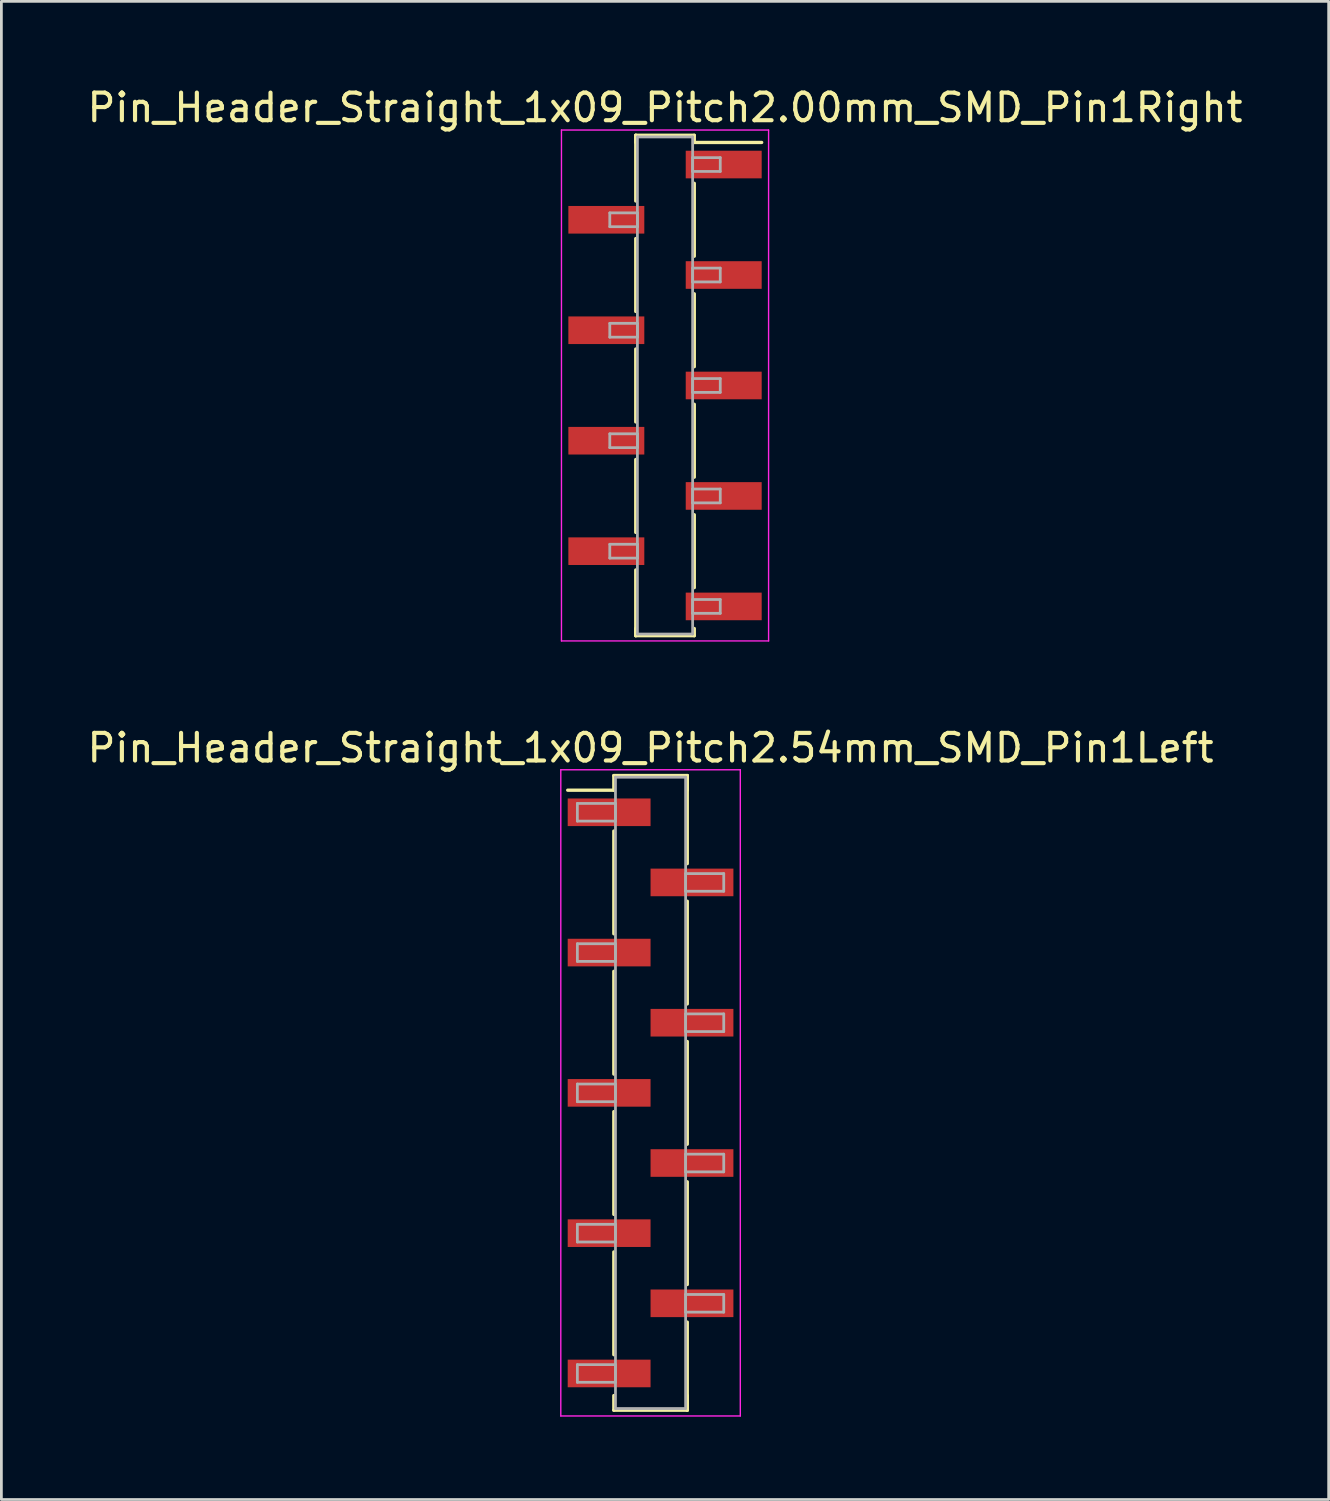
<source format=kicad_pcb>
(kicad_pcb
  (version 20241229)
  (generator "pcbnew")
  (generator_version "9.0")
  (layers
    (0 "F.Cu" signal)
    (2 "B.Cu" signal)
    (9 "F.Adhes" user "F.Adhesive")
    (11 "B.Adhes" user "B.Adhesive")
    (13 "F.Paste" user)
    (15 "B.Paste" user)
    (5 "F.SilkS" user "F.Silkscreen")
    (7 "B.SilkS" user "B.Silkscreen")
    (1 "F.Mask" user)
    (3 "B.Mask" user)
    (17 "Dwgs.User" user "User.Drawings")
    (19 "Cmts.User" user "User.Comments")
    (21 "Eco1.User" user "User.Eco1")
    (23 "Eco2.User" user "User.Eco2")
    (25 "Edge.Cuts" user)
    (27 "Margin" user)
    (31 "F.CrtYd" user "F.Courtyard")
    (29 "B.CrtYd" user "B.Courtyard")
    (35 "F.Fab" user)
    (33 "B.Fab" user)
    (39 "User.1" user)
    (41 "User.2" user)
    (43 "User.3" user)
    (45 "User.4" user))
  (footprint "Pin_Header_Straight_1x09_Pitch2.54mm_SMD_Pin1Left"
    (layer "F.Cu")
    (at 20.506 36.522)
    (property "Reference" "Pin_Header_Straight_1x09_Pitch2.54mm_SMD_Pin1Left" (at 0 -12.49 0) (layer "F.SilkS") (effects (font (size 1 1) (thickness 0.15))))
    (attr smd)
    (fp_line (start -1.33 -11.49) (end 1.33 -11.49) (stroke (width 0.12) (type solid)) (layer "F.SilkS"))
    (fp_line (start -1.33 -10.96) (end -3 -10.96) (stroke (width 0.12) (type solid)) (layer "F.SilkS"))
    (fp_line (start -1.33 -10.96) (end -1.33 -11.49) (stroke (width 0.12) (type solid)) (layer "F.SilkS"))
    (fp_line (start -1.33 -9.48) (end -1.33 -5.76) (stroke (width 0.12) (type solid)) (layer "F.SilkS"))
    (fp_line (start -1.33 -4.4) (end -1.33 -0.68) (stroke (width 0.12) (type solid)) (layer "F.SilkS"))
    (fp_line (start -1.33 0.68) (end -1.33 4.4) (stroke (width 0.12) (type solid)) (layer "F.SilkS"))
    (fp_line (start -1.33 5.76) (end -1.33 9.48) (stroke (width 0.12) (type solid)) (layer "F.SilkS"))
    (fp_line (start -1.33 10.96) (end -1.33 11.49) (stroke (width 0.12) (type solid)) (layer "F.SilkS"))
    (fp_line (start -1.33 11.49) (end 1.33 11.49) (stroke (width 0.12) (type solid)) (layer "F.SilkS"))
    (fp_line (start 1.33 -11.49) (end 1.33 -10.96) (stroke (width 0.12) (type solid)) (layer "F.SilkS"))
    (fp_line (start 1.33 -11.49) (end 1.33 -8.3) (stroke (width 0.12) (type solid)) (layer "F.SilkS"))
    (fp_line (start 1.33 -6.94) (end 1.33 -3.22) (stroke (width 0.12) (type solid)) (layer "F.SilkS"))
    (fp_line (start 1.33 -1.86) (end 1.33 1.86) (stroke (width 0.12) (type solid)) (layer "F.SilkS"))
    (fp_line (start 1.33 3.22) (end 1.33 6.94) (stroke (width 0.12) (type solid)) (layer "F.SilkS"))
    (fp_line (start 1.33 8.3) (end 1.33 11.49) (stroke (width 0.12) (type solid)) (layer "F.SilkS"))
    (fp_line (start 1.33 11.49) (end 1.33 10.96) (stroke (width 0.12) (type solid)) (layer "F.SilkS"))
    (fp_line (start -3.25 -11.7) (end -3.25 11.7) (stroke (width 0.05) (type solid)) (layer "F.CrtYd"))
    (fp_line (start -3.25 11.7) (end 3.25 11.7) (stroke (width 0.05) (type solid)) (layer "F.CrtYd"))
    (fp_line (start 3.25 -11.7) (end -3.25 -11.7) (stroke (width 0.05) (type solid)) (layer "F.CrtYd"))
    (fp_line (start 3.25 11.7) (end 3.25 -11.7) (stroke (width 0.05) (type solid)) (layer "F.CrtYd"))
    (fp_line (start -2.65 -10.48) (end -1.27 -10.48) (stroke (width 0.1) (type solid)) (layer "F.Fab"))
    (fp_line (start -2.65 -9.84) (end -2.65 -10.48) (stroke (width 0.1) (type solid)) (layer "F.Fab"))
    (fp_line (start -2.65 -5.4) (end -1.27 -5.4) (stroke (width 0.1) (type solid)) (layer "F.Fab"))
    (fp_line (start -2.65 -4.76) (end -2.65 -5.4) (stroke (width 0.1) (type solid)) (layer "F.Fab"))
    (fp_line (start -2.65 -0.32) (end -1.27 -0.32) (stroke (width 0.1) (type solid)) (layer "F.Fab"))
    (fp_line (start -2.65 0.32) (end -2.65 -0.32) (stroke (width 0.1) (type solid)) (layer "F.Fab"))
    (fp_line (start -2.65 4.76) (end -1.27 4.76) (stroke (width 0.1) (type solid)) (layer "F.Fab"))
    (fp_line (start -2.65 5.4) (end -2.65 4.76) (stroke (width 0.1) (type solid)) (layer "F.Fab"))
    (fp_line (start -2.65 9.84) (end -1.27 9.84) (stroke (width 0.1) (type solid)) (layer "F.Fab"))
    (fp_line (start -2.65 10.48) (end -2.65 9.84) (stroke (width 0.1) (type solid)) (layer "F.Fab"))
    (fp_line (start -1.27 -11.43) (end -1.27 11.43) (stroke (width 0.1) (type solid)) (layer "F.Fab"))
    (fp_line (start -1.27 -10.48) (end -1.27 -9.84) (stroke (width 0.1) (type solid)) (layer "F.Fab"))
    (fp_line (start -1.27 -9.84) (end -2.65 -9.84) (stroke (width 0.1) (type solid)) (layer "F.Fab"))
    (fp_line (start -1.27 -5.4) (end -1.27 -4.76) (stroke (width 0.1) (type solid)) (layer "F.Fab"))
    (fp_line (start -1.27 -4.76) (end -2.65 -4.76) (stroke (width 0.1) (type solid)) (layer "F.Fab"))
    (fp_line (start -1.27 -0.32) (end -1.27 0.32) (stroke (width 0.1) (type solid)) (layer "F.Fab"))
    (fp_line (start -1.27 0.32) (end -2.65 0.32) (stroke (width 0.1) (type solid)) (layer "F.Fab"))
    (fp_line (start -1.27 4.76) (end -1.27 5.4) (stroke (width 0.1) (type solid)) (layer "F.Fab"))
    (fp_line (start -1.27 5.4) (end -2.65 5.4) (stroke (width 0.1) (type solid)) (layer "F.Fab"))
    (fp_line (start -1.27 9.84) (end -1.27 10.48) (stroke (width 0.1) (type solid)) (layer "F.Fab"))
    (fp_line (start -1.27 10.48) (end -2.65 10.48) (stroke (width 0.1) (type solid)) (layer "F.Fab"))
    (fp_line (start -1.27 11.43) (end 1.27 11.43) (stroke (width 0.1) (type solid)) (layer "F.Fab"))
    (fp_line (start 1.27 -11.43) (end -1.27 -11.43) (stroke (width 0.1) (type solid)) (layer "F.Fab"))
    (fp_line (start 1.27 -7.94) (end 1.27 -7.3) (stroke (width 0.1) (type solid)) (layer "F.Fab"))
    (fp_line (start 1.27 -7.3) (end 2.65 -7.3) (stroke (width 0.1) (type solid)) (layer "F.Fab"))
    (fp_line (start 1.27 -2.86) (end 1.27 -2.22) (stroke (width 0.1) (type solid)) (layer "F.Fab"))
    (fp_line (start 1.27 -2.22) (end 2.65 -2.22) (stroke (width 0.1) (type solid)) (layer "F.Fab"))
    (fp_line (start 1.27 2.22) (end 1.27 2.86) (stroke (width 0.1) (type solid)) (layer "F.Fab"))
    (fp_line (start 1.27 2.86) (end 2.65 2.86) (stroke (width 0.1) (type solid)) (layer "F.Fab"))
    (fp_line (start 1.27 7.3) (end 1.27 7.94) (stroke (width 0.1) (type solid)) (layer "F.Fab"))
    (fp_line (start 1.27 7.94) (end 2.65 7.94) (stroke (width 0.1) (type solid)) (layer "F.Fab"))
    (fp_line (start 1.27 11.43) (end 1.27 -11.43) (stroke (width 0.1) (type solid)) (layer "F.Fab"))
    (fp_line (start 2.65 -7.94) (end 1.27 -7.94) (stroke (width 0.1) (type solid)) (layer "F.Fab"))
    (fp_line (start 2.65 -7.3) (end 2.65 -7.94) (stroke (width 0.1) (type solid)) (layer "F.Fab"))
    (fp_line (start 2.65 -2.86) (end 1.27 -2.86) (stroke (width 0.1) (type solid)) (layer "F.Fab"))
    (fp_line (start 2.65 -2.22) (end 2.65 -2.86) (stroke (width 0.1) (type solid)) (layer "F.Fab"))
    (fp_line (start 2.65 2.22) (end 1.27 2.22) (stroke (width 0.1) (type solid)) (layer "F.Fab"))
    (fp_line (start 2.65 2.86) (end 2.65 2.22) (stroke (width 0.1) (type solid)) (layer "F.Fab"))
    (fp_line (start 2.65 7.3) (end 1.27 7.3) (stroke (width 0.1) (type solid)) (layer "F.Fab"))
    (fp_line (start 2.65 7.94) (end 2.65 7.3) (stroke (width 0.1) (type solid)) (layer "F.Fab"))
    (pad "1" smd rect (at -1.5 -10.16) (size 3 1) (layers "F.Cu" "F.Mask"))
    (pad "2" smd rect (at 1.5 -7.62) (size 3 1) (layers "F.Cu" "F.Mask"))
    (pad "3" smd rect (at -1.5 -5.08) (size 3 1) (layers "F.Cu" "F.Mask"))
    (pad "4" smd rect (at 1.5 -2.54) (size 3 1) (layers "F.Cu" "F.Mask"))
    (pad "5" smd rect (at -1.5 0) (size 3 1) (layers "F.Cu" "F.Mask"))
    (pad "6" smd rect (at 1.5 2.54) (size 3 1) (layers "F.Cu" "F.Mask"))
    (pad "7" smd rect (at -1.5 5.08) (size 3 1) (layers "F.Cu" "F.Mask"))
    (pad "8" smd rect (at 1.5 7.62) (size 3 1) (layers "F.Cu" "F.Mask"))
    (pad "9" smd rect (at -1.5 10.16) (size 3 1) (layers "F.Cu" "F.Mask")))
  (footprint "Pin_Header_Straight_1x09_Pitch2.00mm_SMD_Pin1Right"
    (layer "F.Cu")
    (at 21.03 10.908)
    (property "Reference" "Pin_Header_Straight_1x09_Pitch2.00mm_SMD_Pin1Right" (at 0 -10.06 0) (layer "F.SilkS") (effects (font (size 1 1) (thickness 0.15))))
    (attr smd)
    (fp_line (start -1.06 -9.06) (end -1.06 -6.68) (stroke (width 0.12) (type solid)) (layer "F.SilkS"))
    (fp_line (start -1.06 -9.06) (end 1.06 -9.06) (stroke (width 0.12) (type solid)) (layer "F.SilkS"))
    (fp_line (start -1.06 -8.8) (end -1.06 -9.06) (stroke (width 0.12) (type solid)) (layer "F.SilkS"))
    (fp_line (start -1.06 -5.32) (end -1.06 -2.68) (stroke (width 0.12) (type solid)) (layer "F.SilkS"))
    (fp_line (start -1.06 -1.32) (end -1.06 1.32) (stroke (width 0.12) (type solid)) (layer "F.SilkS"))
    (fp_line (start -1.06 2.68) (end -1.06 5.32) (stroke (width 0.12) (type solid)) (layer "F.SilkS"))
    (fp_line (start -1.06 6.68) (end -1.06 9.06) (stroke (width 0.12) (type solid)) (layer "F.SilkS"))
    (fp_line (start -1.06 8.8) (end -1.06 9.06) (stroke (width 0.12) (type solid)) (layer "F.SilkS"))
    (fp_line (start -1.06 9.06) (end 1.06 9.06) (stroke (width 0.12) (type solid)) (layer "F.SilkS"))
    (fp_line (start 1.06 -9.06) (end 1.06 -8.8) (stroke (width 0.12) (type solid)) (layer "F.SilkS"))
    (fp_line (start 1.06 -8.8) (end 3.5 -8.8) (stroke (width 0.12) (type solid)) (layer "F.SilkS"))
    (fp_line (start 1.06 -7.32) (end 1.06 -4.68) (stroke (width 0.12) (type solid)) (layer "F.SilkS"))
    (fp_line (start 1.06 -3.32) (end 1.06 -0.68) (stroke (width 0.12) (type solid)) (layer "F.SilkS"))
    (fp_line (start 1.06 0.68) (end 1.06 3.32) (stroke (width 0.12) (type solid)) (layer "F.SilkS"))
    (fp_line (start 1.06 4.68) (end 1.06 7.32) (stroke (width 0.12) (type solid)) (layer "F.SilkS"))
    (fp_line (start 1.06 9.06) (end 1.06 8.8) (stroke (width 0.12) (type solid)) (layer "F.SilkS"))
    (fp_line (start -3.75 -9.25) (end -3.75 9.25) (stroke (width 0.05) (type solid)) (layer "F.CrtYd"))
    (fp_line (start -3.75 9.25) (end 3.75 9.25) (stroke (width 0.05) (type solid)) (layer "F.CrtYd"))
    (fp_line (start 3.75 -9.25) (end -3.75 -9.25) (stroke (width 0.05) (type solid)) (layer "F.CrtYd"))
    (fp_line (start 3.75 9.25) (end 3.75 -9.25) (stroke (width 0.05) (type solid)) (layer "F.CrtYd"))
    (fp_line (start -2 -6.25) (end -1 -6.25) (stroke (width 0.1) (type solid)) (layer "F.Fab"))
    (fp_line (start -2 -5.75) (end -2 -6.25) (stroke (width 0.1) (type solid)) (layer "F.Fab"))
    (fp_line (start -2 -2.25) (end -1 -2.25) (stroke (width 0.1) (type solid)) (layer "F.Fab"))
    (fp_line (start -2 -1.75) (end -2 -2.25) (stroke (width 0.1) (type solid)) (layer "F.Fab"))
    (fp_line (start -2 1.75) (end -1 1.75) (stroke (width 0.1) (type solid)) (layer "F.Fab"))
    (fp_line (start -2 2.25) (end -2 1.75) (stroke (width 0.1) (type solid)) (layer "F.Fab"))
    (fp_line (start -2 5.75) (end -1 5.75) (stroke (width 0.1) (type solid)) (layer "F.Fab"))
    (fp_line (start -2 6.25) (end -2 5.75) (stroke (width 0.1) (type solid)) (layer "F.Fab"))
    (fp_line (start -1 -9) (end -1 9) (stroke (width 0.1) (type solid)) (layer "F.Fab"))
    (fp_line (start -1 -6.25) (end -1 -5.75) (stroke (width 0.1) (type solid)) (layer "F.Fab"))
    (fp_line (start -1 -5.75) (end -2 -5.75) (stroke (width 0.1) (type solid)) (layer "F.Fab"))
    (fp_line (start -1 -2.25) (end -1 -1.75) (stroke (width 0.1) (type solid)) (layer "F.Fab"))
    (fp_line (start -1 -1.75) (end -2 -1.75) (stroke (width 0.1) (type solid)) (layer "F.Fab"))
    (fp_line (start -1 1.75) (end -1 2.25) (stroke (width 0.1) (type solid)) (layer "F.Fab"))
    (fp_line (start -1 2.25) (end -2 2.25) (stroke (width 0.1) (type solid)) (layer "F.Fab"))
    (fp_line (start -1 5.75) (end -1 6.25) (stroke (width 0.1) (type solid)) (layer "F.Fab"))
    (fp_line (start -1 6.25) (end -2 6.25) (stroke (width 0.1) (type solid)) (layer "F.Fab"))
    (fp_line (start -1 9) (end 1 9) (stroke (width 0.1) (type solid)) (layer "F.Fab"))
    (fp_line (start 1 -9) (end -1 -9) (stroke (width 0.1) (type solid)) (layer "F.Fab"))
    (fp_line (start 1 -8.25) (end 1 -7.75) (stroke (width 0.1) (type solid)) (layer "F.Fab"))
    (fp_line (start 1 -7.75) (end 2 -7.75) (stroke (width 0.1) (type solid)) (layer "F.Fab"))
    (fp_line (start 1 -4.25) (end 1 -3.75) (stroke (width 0.1) (type solid)) (layer "F.Fab"))
    (fp_line (start 1 -3.75) (end 2 -3.75) (stroke (width 0.1) (type solid)) (layer "F.Fab"))
    (fp_line (start 1 -0.25) (end 1 0.25) (stroke (width 0.1) (type solid)) (layer "F.Fab"))
    (fp_line (start 1 0.25) (end 2 0.25) (stroke (width 0.1) (type solid)) (layer "F.Fab"))
    (fp_line (start 1 3.75) (end 1 4.25) (stroke (width 0.1) (type solid)) (layer "F.Fab"))
    (fp_line (start 1 4.25) (end 2 4.25) (stroke (width 0.1) (type solid)) (layer "F.Fab"))
    (fp_line (start 1 7.75) (end 1 8.25) (stroke (width 0.1) (type solid)) (layer "F.Fab"))
    (fp_line (start 1 8.25) (end 2 8.25) (stroke (width 0.1) (type solid)) (layer "F.Fab"))
    (fp_line (start 1 9) (end 1 -9) (stroke (width 0.1) (type solid)) (layer "F.Fab"))
    (fp_line (start 2 -8.25) (end 1 -8.25) (stroke (width 0.1) (type solid)) (layer "F.Fab"))
    (fp_line (start 2 -7.75) (end 2 -8.25) (stroke (width 0.1) (type solid)) (layer "F.Fab"))
    (fp_line (start 2 -4.25) (end 1 -4.25) (stroke (width 0.1) (type solid)) (layer "F.Fab"))
    (fp_line (start 2 -3.75) (end 2 -4.25) (stroke (width 0.1) (type solid)) (layer "F.Fab"))
    (fp_line (start 2 -0.25) (end 1 -0.25) (stroke (width 0.1) (type solid)) (layer "F.Fab"))
    (fp_line (start 2 0.25) (end 2 -0.25) (stroke (width 0.1) (type solid)) (layer "F.Fab"))
    (fp_line (start 2 3.75) (end 1 3.75) (stroke (width 0.1) (type solid)) (layer "F.Fab"))
    (fp_line (start 2 4.25) (end 2 3.75) (stroke (width 0.1) (type solid)) (layer "F.Fab"))
    (fp_line (start 2 7.75) (end 1 7.75) (stroke (width 0.1) (type solid)) (layer "F.Fab"))
    (fp_line (start 2 8.25) (end 2 7.75) (stroke (width 0.1) (type solid)) (layer "F.Fab"))
    (pad "1" smd rect (at 2.125 -8) (size 2.75 1) (layers "F.Cu" "F.Mask"))
    (pad "2" smd rect (at -2.125 -6) (size 2.75 1) (layers "F.Cu" "F.Mask"))
    (pad "3" smd rect (at 2.125 -4) (size 2.75 1) (layers "F.Cu" "F.Mask"))
    (pad "4" smd rect (at -2.125 -2) (size 2.75 1) (layers "F.Cu" "F.Mask"))
    (pad "5" smd rect (at 2.125 0) (size 2.75 1) (layers "F.Cu" "F.Mask"))
    (pad "6" smd rect (at -2.125 2) (size 2.75 1) (layers "F.Cu" "F.Mask"))
    (pad "7" smd rect (at 2.125 4) (size 2.75 1) (layers "F.Cu" "F.Mask"))
    (pad "8" smd rect (at -2.125 6) (size 2.75 1) (layers "F.Cu" "F.Mask"))
    (pad "9" smd rect (at 2.125 8) (size 2.75 1) (layers "F.Cu" "F.Mask")))
  (gr_rect
    (start -3 -3)
    (end 45.06 51.246)
    (stroke (width 0.1) (type default))
    (fill no)
    (layer "Edge.Cuts")))
</source>
